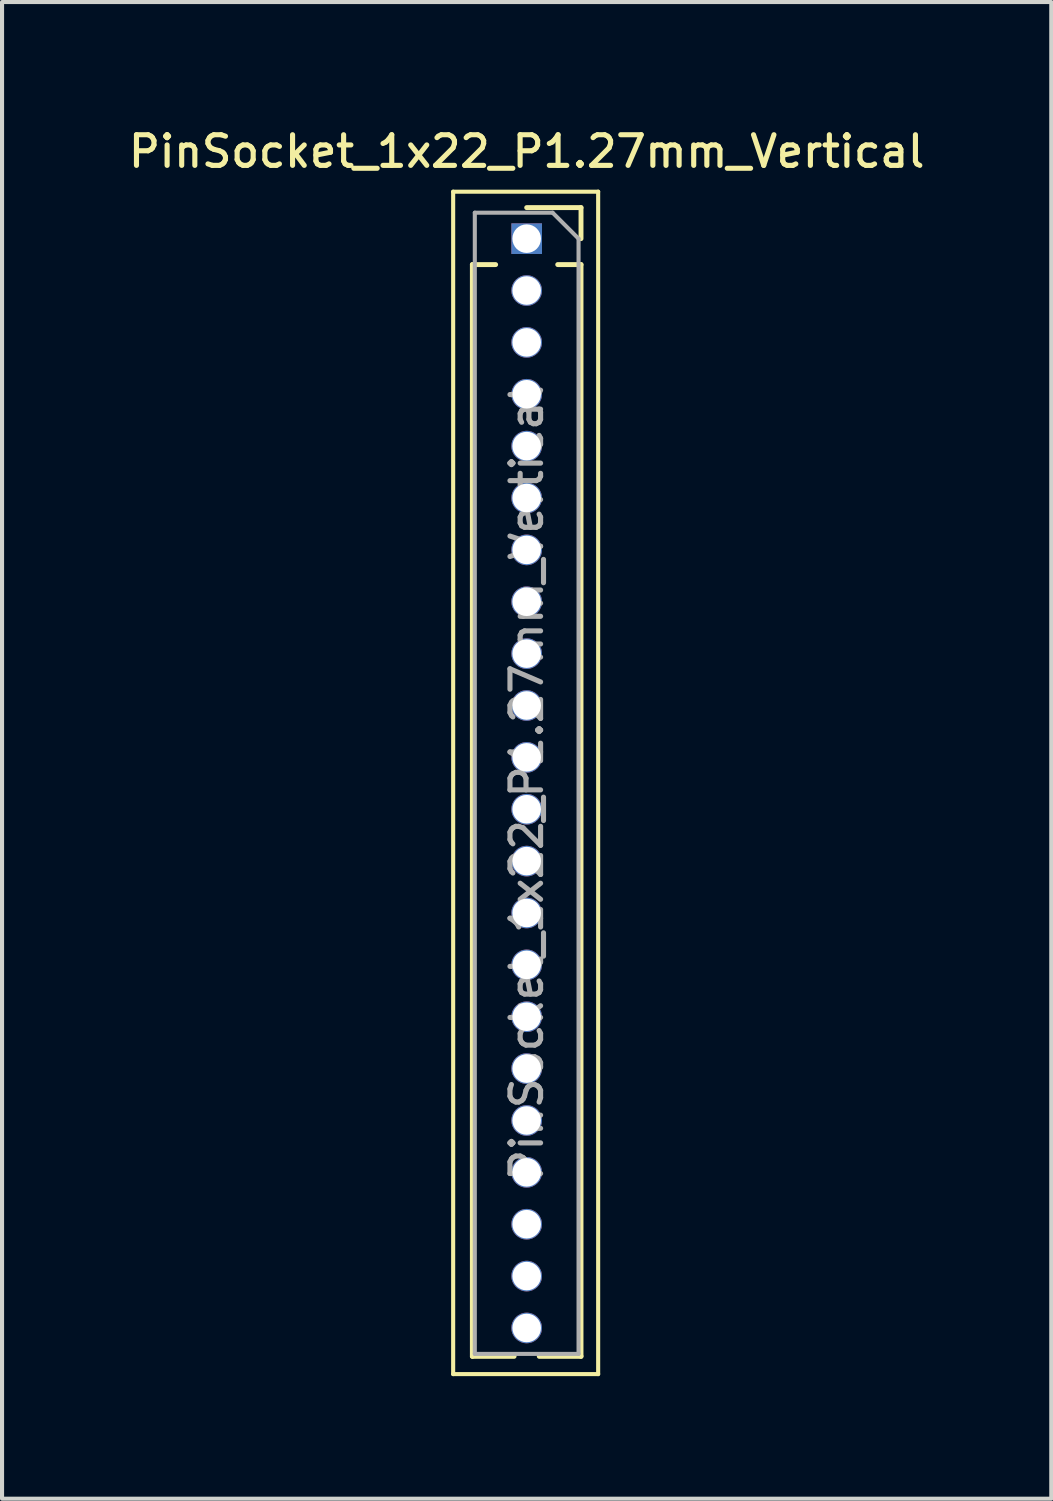
<source format=kicad_pcb>
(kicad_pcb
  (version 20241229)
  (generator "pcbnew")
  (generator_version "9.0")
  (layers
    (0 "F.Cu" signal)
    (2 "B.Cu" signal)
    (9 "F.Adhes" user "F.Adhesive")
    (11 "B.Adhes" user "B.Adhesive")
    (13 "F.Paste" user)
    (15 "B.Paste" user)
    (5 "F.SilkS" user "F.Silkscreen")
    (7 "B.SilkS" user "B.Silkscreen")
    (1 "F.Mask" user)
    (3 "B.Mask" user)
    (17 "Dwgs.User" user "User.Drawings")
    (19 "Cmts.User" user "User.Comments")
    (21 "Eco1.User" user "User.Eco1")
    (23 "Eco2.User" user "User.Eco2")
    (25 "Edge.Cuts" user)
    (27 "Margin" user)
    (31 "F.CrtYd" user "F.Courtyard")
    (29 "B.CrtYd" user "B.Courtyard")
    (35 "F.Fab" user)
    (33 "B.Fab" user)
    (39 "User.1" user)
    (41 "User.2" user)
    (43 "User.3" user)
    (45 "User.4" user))
  (footprint "PinSocket_1x22_P1.27mm_Vertical"
    (layer "F.Cu")
    (at 9.845 2.793)
    (property "Reference" "PinSocket_1x22_P1.27mm_Vertical" (at 0 -2.135 0) (layer "F.SilkS") (effects (font (size 0.75 0.75) (thickness 0.125))))
    (attr through_hole)
    (fp_line (start -1.8 -1.15) (end 1.75 -1.15) (stroke (width 0.1) (type solid)) (layer "F.SilkS"))
    (fp_line (start -1.8 27.8) (end -1.8 -1.15) (stroke (width 0.1) (type solid)) (layer "F.SilkS"))
    (fp_line (start -1.33 0.635) (end -1.33 27.365) (stroke (width 0.12) (type solid)) (layer "F.SilkS"))
    (fp_line (start -1.33 0.635) (end -0.76 0.635) (stroke (width 0.12) (type solid)) (layer "F.SilkS"))
    (fp_line (start -1.33 27.365) (end -0.308 27.365) (stroke (width 0.12) (type solid)) (layer "F.SilkS"))
    (fp_line (start 0 -0.76) (end 1.33 -0.76) (stroke (width 0.12) (type solid)) (layer "F.SilkS"))
    (fp_line (start 0.308 27.365) (end 1.33 27.365) (stroke (width 0.12) (type solid)) (layer "F.SilkS"))
    (fp_line (start 0.76 0.635) (end 1.33 0.635) (stroke (width 0.12) (type solid)) (layer "F.SilkS"))
    (fp_line (start 1.33 -0.76) (end 1.33 0) (stroke (width 0.12) (type solid)) (layer "F.SilkS"))
    (fp_line (start 1.33 0.635) (end 1.33 27.365) (stroke (width 0.12) (type solid)) (layer "F.SilkS"))
    (fp_line (start 1.75 -1.15) (end 1.75 27.8) (stroke (width 0.1) (type solid)) (layer "F.SilkS"))
    (fp_line (start 1.75 27.8) (end -1.8 27.8) (stroke (width 0.1) (type solid)) (layer "F.SilkS"))
    (fp_line (start -1.27 -0.635) (end 0.635 -0.635) (stroke (width 0.1) (type solid)) (layer "F.Fab"))
    (fp_line (start -1.27 27.305) (end -1.27 -0.635) (stroke (width 0.1) (type solid)) (layer "F.Fab"))
    (fp_line (start 0.635 -0.635) (end 1.27 0) (stroke (width 0.1) (type solid)) (layer "F.Fab"))
    (fp_line (start 1.27 0) (end 1.27 27.305) (stroke (width 0.1) (type solid)) (layer "F.Fab"))
    (fp_line (start 1.27 27.305) (end -1.27 27.305) (stroke (width 0.1) (type solid)) (layer "F.Fab"))
    (fp_text user "${REFERENCE}" (at 0 13.335 90) (layer "F.Fab") (effects (font (size 0.75 0.75) (thickness 0.125))))
    (pad "1" thru_hole rect (at 0 0) (size 0.75 0.75) (drill 0.7) (layers "*.Cu" "*.Mask"))
    (pad "2" thru_hole oval (at 0 1.27) (size 0.75 0.75) (drill 0.7) (layers "*.Cu" "*.Mask"))
    (pad "3" thru_hole oval (at 0 2.54) (size 0.75 0.75) (drill 0.7) (layers "*.Cu" "*.Mask"))
    (pad "4" thru_hole oval (at 0 3.81) (size 0.75 0.75) (drill 0.7) (layers "*.Cu" "*.Mask"))
    (pad "5" thru_hole oval (at 0 5.08) (size 0.75 0.75) (drill 0.7) (layers "*.Cu" "*.Mask"))
    (pad "6" thru_hole oval (at 0 6.35) (size 0.75 0.75) (drill 0.7) (layers "*.Cu" "*.Mask"))
    (pad "7" thru_hole oval (at 0 7.62) (size 0.75 0.75) (drill 0.7) (layers "*.Cu" "*.Mask"))
    (pad "8" thru_hole oval (at 0 8.89) (size 0.75 0.75) (drill 0.7) (layers "*.Cu" "*.Mask"))
    (pad "9" thru_hole oval (at 0 10.16) (size 0.75 0.75) (drill 0.7) (layers "*.Cu" "*.Mask"))
    (pad "10" thru_hole oval (at 0 11.43) (size 0.75 0.75) (drill 0.7) (layers "*.Cu" "*.Mask"))
    (pad "11" thru_hole oval (at 0 12.7) (size 0.75 0.75) (drill 0.7) (layers "*.Cu" "*.Mask"))
    (pad "12" thru_hole oval (at 0 13.97) (size 0.75 0.75) (drill 0.7) (layers "*.Cu" "*.Mask"))
    (pad "13" thru_hole oval (at 0 15.24) (size 0.75 0.75) (drill 0.7) (layers "*.Cu" "*.Mask"))
    (pad "14" thru_hole oval (at 0 16.51) (size 0.75 0.75) (drill 0.7) (layers "*.Cu" "*.Mask"))
    (pad "15" thru_hole oval (at 0 17.78) (size 0.75 0.75) (drill 0.7) (layers "*.Cu" "*.Mask"))
    (pad "16" thru_hole oval (at 0 19.05) (size 0.75 0.75) (drill 0.7) (layers "*.Cu" "*.Mask"))
    (pad "17" thru_hole oval (at 0 20.32) (size 0.75 0.75) (drill 0.7) (layers "*.Cu" "*.Mask"))
    (pad "18" thru_hole oval (at 0 21.59) (size 0.75 0.75) (drill 0.7) (layers "*.Cu" "*.Mask"))
    (pad "19" thru_hole oval (at 0 22.86) (size 0.75 0.75) (drill 0.7) (layers "*.Cu" "*.Mask"))
    (pad "20" thru_hole oval (at 0 24.13) (size 0.75 0.75) (drill 0.7) (layers "*.Cu" "*.Mask"))
    (pad "21" thru_hole oval (at 0 25.4) (size 0.75 0.75) (drill 0.7) (layers "*.Cu" "*.Mask"))
    (pad "22" thru_hole oval (at 0 26.67) (size 0.75 0.75) (drill 0.7) (layers "*.Cu" "*.Mask")))
  (gr_rect
    (start -3 -3)
    (end 22.689 33.643)
    (stroke (width 0.1) (type default))
    (fill no)
    (layer "Edge.Cuts")))
</source>
